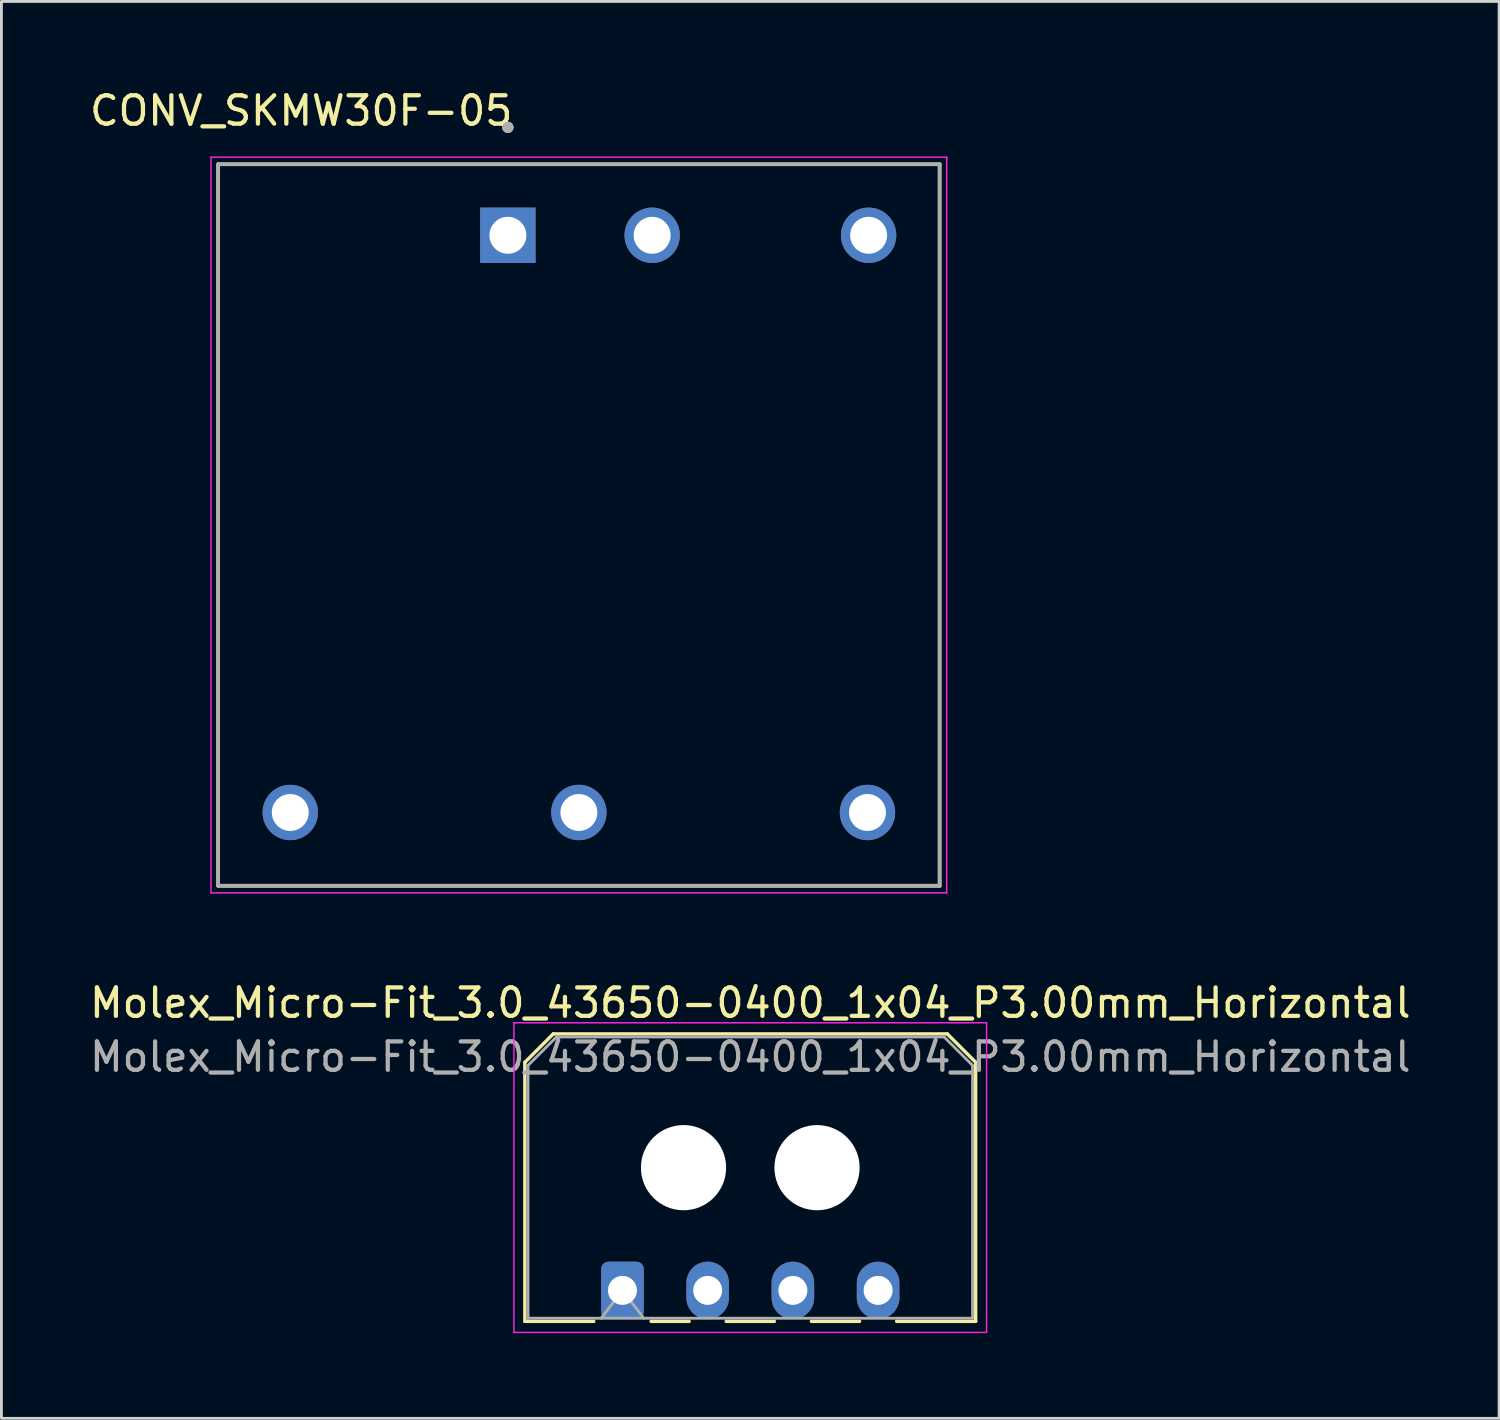
<source format=kicad_pcb>
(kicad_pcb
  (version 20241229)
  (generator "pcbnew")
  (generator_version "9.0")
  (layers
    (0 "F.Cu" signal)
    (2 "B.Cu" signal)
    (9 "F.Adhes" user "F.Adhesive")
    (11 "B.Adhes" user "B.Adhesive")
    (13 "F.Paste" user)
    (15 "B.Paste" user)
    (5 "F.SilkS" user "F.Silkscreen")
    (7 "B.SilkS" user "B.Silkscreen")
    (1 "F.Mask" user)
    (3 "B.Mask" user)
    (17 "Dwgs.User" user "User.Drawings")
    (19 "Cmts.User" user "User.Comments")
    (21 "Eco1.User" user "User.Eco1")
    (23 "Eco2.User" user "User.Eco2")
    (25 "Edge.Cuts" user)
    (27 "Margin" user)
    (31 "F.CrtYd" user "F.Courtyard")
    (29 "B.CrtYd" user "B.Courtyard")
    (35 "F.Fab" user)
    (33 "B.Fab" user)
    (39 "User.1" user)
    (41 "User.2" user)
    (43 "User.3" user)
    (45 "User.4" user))
  (footprint "Molex_Micro-Fit_3.0_43650-0400_1x04_P3.00mm_Horizontal"
    (layer "F.Cu")
    (at 18.863 42.377)
    (property "Reference" "Molex_Micro-Fit_3.0_43650-0400_1x04_P3.00mm_Horizontal" (at 4.5 -10.12 0) (layer "F.SilkS") (effects (font (size 1 1) (thickness 0.15))))
    (attr through_hole)
    (fp_line (start -3.435 -8.03) (end -2.435 -9.03) (stroke (width 0.12) (type solid)) (layer "F.SilkS"))
    (fp_line (start -3.435 1.09) (end -3.435 -8.03) (stroke (width 0.12) (type solid)) (layer "F.SilkS"))
    (fp_line (start -3.435 1.09) (end -1.01 1.09) (stroke (width 0.12) (type solid)) (layer "F.SilkS"))
    (fp_line (start -2.435 -9.03) (end 11.435 -9.03) (stroke (width 0.12) (type solid)) (layer "F.SilkS"))
    (fp_line (start 1.01 1.09) (end 2.348 1.09) (stroke (width 0.12) (type solid)) (layer "F.SilkS"))
    (fp_line (start 3.652 1.09) (end 5.348 1.09) (stroke (width 0.12) (type solid)) (layer "F.SilkS"))
    (fp_line (start 6.652 1.09) (end 8.348 1.09) (stroke (width 0.12) (type solid)) (layer "F.SilkS"))
    (fp_line (start 11.435 -9.03) (end 12.435 -8.03) (stroke (width 0.12) (type solid)) (layer "F.SilkS"))
    (fp_line (start 12.435 -8.03) (end 12.435 1.09) (stroke (width 0.12) (type solid)) (layer "F.SilkS"))
    (fp_line (start 12.435 1.09) (end 9.652 1.09) (stroke (width 0.12) (type solid)) (layer "F.SilkS"))
    (fp_line (start -3.82 -9.42) (end 12.82 -9.42) (stroke (width 0.05) (type solid)) (layer "F.CrtYd"))
    (fp_line (start -3.82 1.48) (end -3.82 -9.42) (stroke (width 0.05) (type solid)) (layer "F.CrtYd"))
    (fp_line (start 12.82 -9.42) (end 12.82 1.48) (stroke (width 0.05) (type solid)) (layer "F.CrtYd"))
    (fp_line (start 12.82 1.48) (end -3.82 1.48) (stroke (width 0.05) (type solid)) (layer "F.CrtYd"))
    (fp_line (start -3.325 -7.92) (end -2.325 -8.92) (stroke (width 0.1) (type solid)) (layer "F.Fab"))
    (fp_line (start -3.325 0.98) (end -3.325 -7.92) (stroke (width 0.1) (type solid)) (layer "F.Fab"))
    (fp_line (start -2.325 -8.92) (end 11.325 -8.92) (stroke (width 0.1) (type solid)) (layer "F.Fab"))
    (fp_line (start -0.75 0.98) (end 0 0) (stroke (width 0.1) (type solid)) (layer "F.Fab"))
    (fp_line (start 0 0) (end 0.75 0.98) (stroke (width 0.1) (type solid)) (layer "F.Fab"))
    (fp_line (start 11.325 -8.92) (end 12.325 -7.92) (stroke (width 0.1) (type solid)) (layer "F.Fab"))
    (fp_line (start 12.325 -7.92) (end 12.325 0.98) (stroke (width 0.1) (type solid)) (layer "F.Fab"))
    (fp_line (start 12.325 0.98) (end -3.325 0.98) (stroke (width 0.1) (type solid)) (layer "F.Fab"))
    (fp_text user "${REFERENCE}" (at 4.5 -8.22 0) (layer "F.Fab") (effects (font (size 1 1) (thickness 0.15))))
    (pad "" np_thru_hole circle (at 2.15 -4.32) (size 3 3) (drill 3) (layers "*.Cu" "*.Mask"))
    (pad "" np_thru_hole circle (at 6.85 -4.32) (size 3 3) (drill 3) (layers "*.Cu" "*.Mask"))
    (pad "1" thru_hole roundrect (at 0 0) (size 1.5 2.02) (drill 1.02) (layers "*.Cu" "*.Mask") (roundrect_rratio 0.167))
    (pad "2" thru_hole oval (at 3 0) (size 1.5 2.02) (drill 1.02) (layers "*.Cu" "*.Mask"))
    (pad "3" thru_hole oval (at 6 0) (size 1.5 2.02) (drill 1.02) (layers "*.Cu" "*.Mask"))
    (pad "4" thru_hole oval (at 9 0) (size 1.5 2.02) (drill 1.02) (layers "*.Cu" "*.Mask")))
  (footprint "CONV_SKMW30F-05"
    (layer "F.Cu")
    (at 17.329 15.433)
    (property "Reference" "CONV_SKMW30F-05" (at -9.775 -14.585 0) (layer "F.SilkS") (effects (font (size 1 1) (thickness 0.15))))
    (attr through_hole)
    (fp_line (start -12.7 -12.7) (end -12.7 12.7) (stroke (width 0.127) (type solid)) (layer "F.SilkS"))
    (fp_line (start -12.7 12.7) (end 12.7 12.7) (stroke (width 0.127) (type solid)) (layer "F.SilkS"))
    (fp_line (start 12.7 -12.7) (end -12.7 -12.7) (stroke (width 0.127) (type solid)) (layer "F.SilkS"))
    (fp_line (start 12.7 12.7) (end 12.7 -12.7) (stroke (width 0.127) (type solid)) (layer "F.SilkS"))
    (fp_circle (center -2.5 -14) (end -2.4 -14) (stroke (width 0.2) (type solid)) (fill no) (layer "F.SilkS"))
    (fp_line (start -12.95 -12.95) (end -12.95 12.95) (stroke (width 0.05) (type solid)) (layer "F.CrtYd"))
    (fp_line (start -12.95 12.95) (end 12.95 12.95) (stroke (width 0.05) (type solid)) (layer "F.CrtYd"))
    (fp_line (start 12.95 -12.95) (end -12.95 -12.95) (stroke (width 0.05) (type solid)) (layer "F.CrtYd"))
    (fp_line (start 12.95 12.95) (end 12.95 -12.95) (stroke (width 0.05) (type solid)) (layer "F.CrtYd"))
    (fp_line (start -12.7 -12.7) (end -12.7 12.7) (stroke (width 0.127) (type solid)) (layer "F.Fab"))
    (fp_line (start -12.7 12.7) (end 12.7 12.7) (stroke (width 0.127) (type solid)) (layer "F.Fab"))
    (fp_line (start 12.7 -12.7) (end -12.7 -12.7) (stroke (width 0.127) (type solid)) (layer "F.Fab"))
    (fp_line (start 12.7 12.7) (end 12.7 -12.7) (stroke (width 0.127) (type solid)) (layer "F.Fab"))
    (fp_circle (center -2.5 -14) (end -2.4 -14) (stroke (width 0.2) (type solid)) (fill no) (layer "F.Fab"))
    (pad "1" thru_hole rect (at -2.5 -10.2) (size 1.95 1.95) (drill 1.3) (layers "*.Cu" "*.Mask"))
    (pad "2" thru_hole circle (at 2.58 -10.2) (size 1.95 1.95) (drill 1.3) (layers "*.Cu" "*.Mask"))
    (pad "3" thru_hole circle (at -10.16 10.12) (size 1.95 1.95) (drill 1.3) (layers "*.Cu" "*.Mask"))
    (pad "4" thru_hole circle (at 0 10.12) (size 1.95 1.95) (drill 1.3) (layers "*.Cu" "*.Mask"))
    (pad "5" thru_hole circle (at 10.16 10.12) (size 1.95 1.95) (drill 1.3) (layers "*.Cu" "*.Mask"))
    (pad "6" thru_hole circle (at 10.2 -10.2) (size 1.95 1.95) (drill 1.3) (layers "*.Cu" "*.Mask")))
  (gr_rect
    (start -3 -3)
    (end 49.726 46.882)
    (stroke (width 0.1) (type default))
    (fill no)
    (layer "Edge.Cuts")))
</source>
